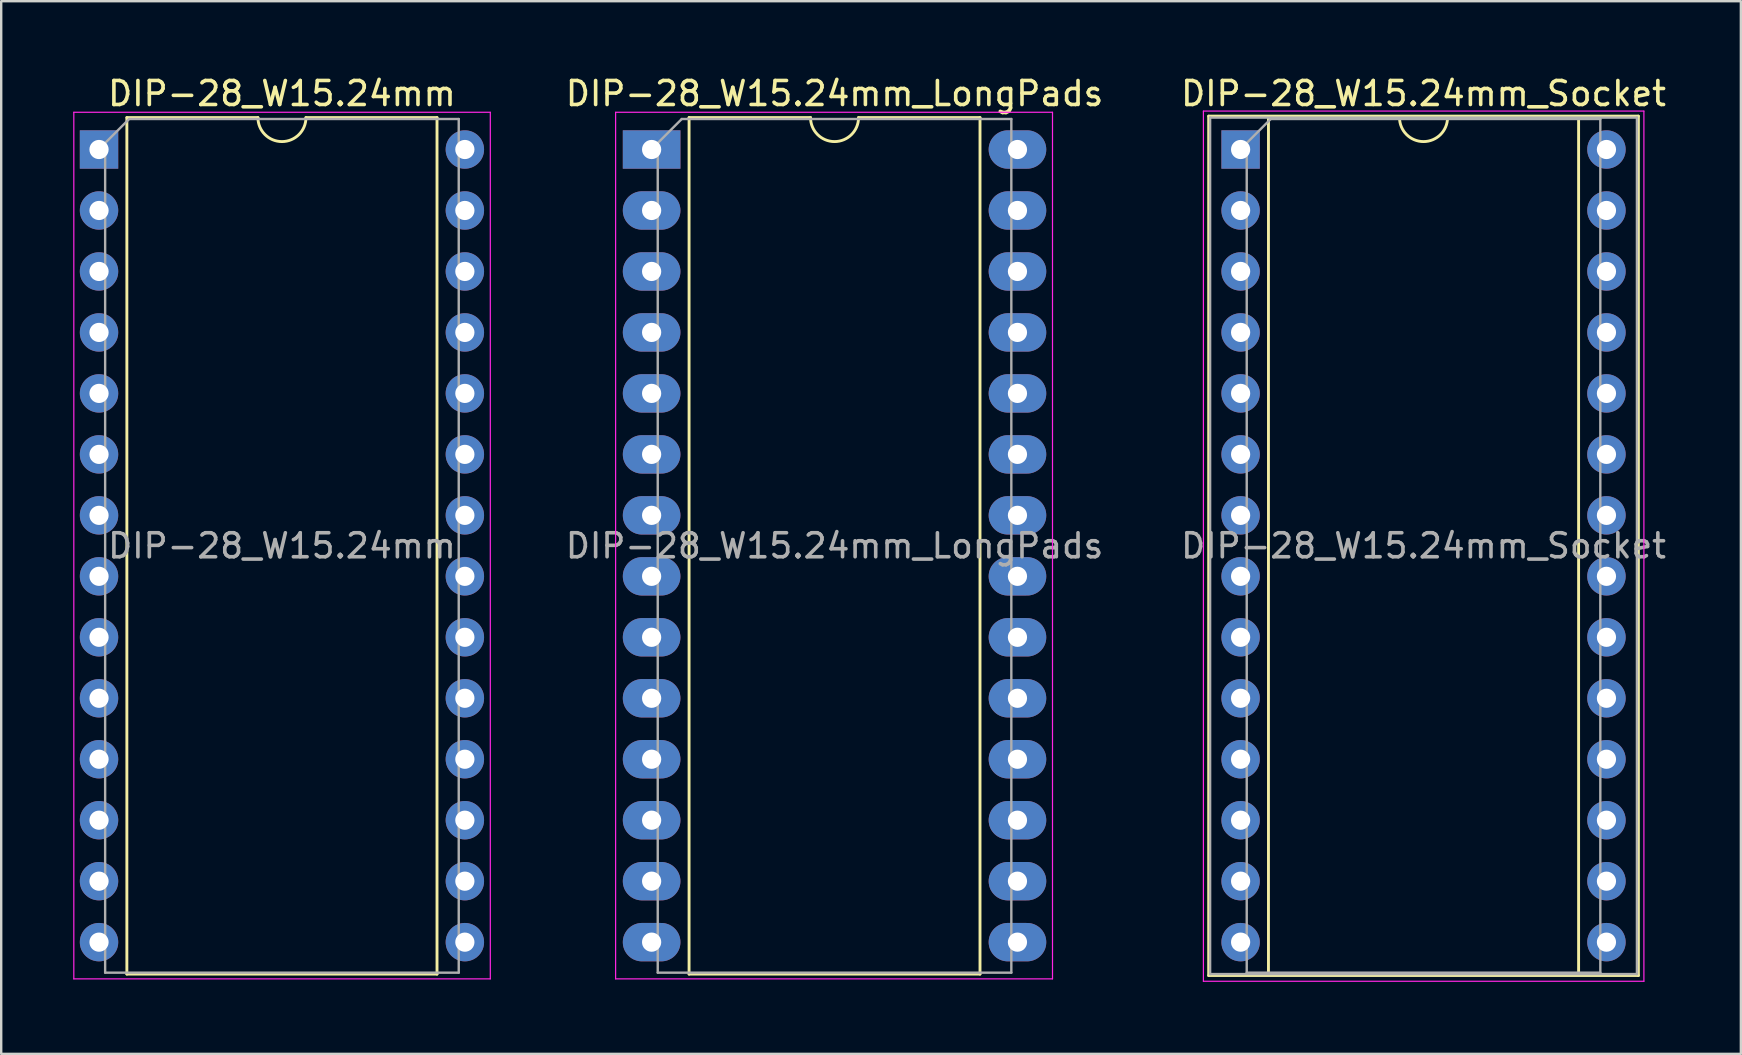
<source format=kicad_pcb>
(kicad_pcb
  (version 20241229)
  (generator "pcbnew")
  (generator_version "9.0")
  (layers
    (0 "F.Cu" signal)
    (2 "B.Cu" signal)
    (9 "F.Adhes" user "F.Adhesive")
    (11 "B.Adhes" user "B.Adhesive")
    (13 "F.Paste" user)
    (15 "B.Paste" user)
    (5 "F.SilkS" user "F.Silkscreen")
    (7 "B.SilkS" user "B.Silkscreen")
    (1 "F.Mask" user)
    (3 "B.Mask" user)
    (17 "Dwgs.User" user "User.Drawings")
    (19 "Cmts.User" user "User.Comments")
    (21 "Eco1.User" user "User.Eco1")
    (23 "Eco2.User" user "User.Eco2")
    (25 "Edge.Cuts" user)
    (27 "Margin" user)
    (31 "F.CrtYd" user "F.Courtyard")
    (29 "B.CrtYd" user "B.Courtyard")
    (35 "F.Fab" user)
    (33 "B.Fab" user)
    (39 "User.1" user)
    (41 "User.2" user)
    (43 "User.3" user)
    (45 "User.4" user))
  (footprint "DIP-28_W15.24mm_Socket"
    (layer "F.Cu")
    (at 48.631 3.178)
    (property "Reference" "DIP-28_W15.24mm_Socket" (at 7.62 -2.33 0) (layer "F.SilkS") (effects (font (size 1 1) (thickness 0.15))))
    (attr through_hole)
    (fp_line (start -1.33 -1.39) (end -1.33 34.41) (stroke (width 0.12) (type solid)) (layer "F.SilkS"))
    (fp_line (start -1.33 34.41) (end 16.57 34.41) (stroke (width 0.12) (type solid)) (layer "F.SilkS"))
    (fp_line (start 1.16 -1.33) (end 1.16 34.35) (stroke (width 0.12) (type solid)) (layer "F.SilkS"))
    (fp_line (start 1.16 34.35) (end 14.08 34.35) (stroke (width 0.12) (type solid)) (layer "F.SilkS"))
    (fp_line (start 6.62 -1.33) (end 1.16 -1.33) (stroke (width 0.12) (type solid)) (layer "F.SilkS"))
    (fp_line (start 14.08 -1.33) (end 8.62 -1.33) (stroke (width 0.12) (type solid)) (layer "F.SilkS"))
    (fp_line (start 14.08 34.35) (end 14.08 -1.33) (stroke (width 0.12) (type solid)) (layer "F.SilkS"))
    (fp_line (start 16.57 -1.39) (end -1.33 -1.39) (stroke (width 0.12) (type solid)) (layer "F.SilkS"))
    (fp_line (start 16.57 34.41) (end 16.57 -1.39) (stroke (width 0.12) (type solid)) (layer "F.SilkS"))
    (fp_arc (start 8.62 -1.33) (mid 7.62 -0.33) (end 6.62 -1.33) (stroke (width 0.12) (type solid)) (layer "F.SilkS"))
    (fp_line (start -1.55 -1.6) (end -1.55 34.65) (stroke (width 0.05) (type solid)) (layer "F.CrtYd"))
    (fp_line (start -1.55 34.65) (end 16.8 34.65) (stroke (width 0.05) (type solid)) (layer "F.CrtYd"))
    (fp_line (start 16.8 -1.6) (end -1.55 -1.6) (stroke (width 0.05) (type solid)) (layer "F.CrtYd"))
    (fp_line (start 16.8 34.65) (end 16.8 -1.6) (stroke (width 0.05) (type solid)) (layer "F.CrtYd"))
    (fp_line (start -1.27 -1.33) (end -1.27 34.35) (stroke (width 0.1) (type solid)) (layer "F.Fab"))
    (fp_line (start -1.27 34.35) (end 16.51 34.35) (stroke (width 0.1) (type solid)) (layer "F.Fab"))
    (fp_line (start 0.255 -0.27) (end 1.255 -1.27) (stroke (width 0.1) (type solid)) (layer "F.Fab"))
    (fp_line (start 0.255 34.29) (end 0.255 -0.27) (stroke (width 0.1) (type solid)) (layer "F.Fab"))
    (fp_line (start 1.255 -1.27) (end 14.985 -1.27) (stroke (width 0.1) (type solid)) (layer "F.Fab"))
    (fp_line (start 14.985 -1.27) (end 14.985 34.29) (stroke (width 0.1) (type solid)) (layer "F.Fab"))
    (fp_line (start 14.985 34.29) (end 0.255 34.29) (stroke (width 0.1) (type solid)) (layer "F.Fab"))
    (fp_line (start 16.51 -1.33) (end -1.27 -1.33) (stroke (width 0.1) (type solid)) (layer "F.Fab"))
    (fp_line (start 16.51 34.35) (end 16.51 -1.33) (stroke (width 0.1) (type solid)) (layer "F.Fab"))
    (fp_text user "${REFERENCE}" (at 7.62 16.51 0) (layer "F.Fab") (effects (font (size 1 1) (thickness 0.15))))
    (pad "1" thru_hole rect (at 0 0) (size 1.6 1.6) (drill 0.8) (layers "*.Cu" "*.Mask"))
    (pad "2" thru_hole oval (at 0 2.54) (size 1.6 1.6) (drill 0.8) (layers "*.Cu" "*.Mask"))
    (pad "3" thru_hole oval (at 0 5.08) (size 1.6 1.6) (drill 0.8) (layers "*.Cu" "*.Mask"))
    (pad "4" thru_hole oval (at 0 7.62) (size 1.6 1.6) (drill 0.8) (layers "*.Cu" "*.Mask"))
    (pad "5" thru_hole oval (at 0 10.16) (size 1.6 1.6) (drill 0.8) (layers "*.Cu" "*.Mask"))
    (pad "6" thru_hole oval (at 0 12.7) (size 1.6 1.6) (drill 0.8) (layers "*.Cu" "*.Mask"))
    (pad "7" thru_hole oval (at 0 15.24) (size 1.6 1.6) (drill 0.8) (layers "*.Cu" "*.Mask"))
    (pad "8" thru_hole oval (at 0 17.78) (size 1.6 1.6) (drill 0.8) (layers "*.Cu" "*.Mask"))
    (pad "9" thru_hole oval (at 0 20.32) (size 1.6 1.6) (drill 0.8) (layers "*.Cu" "*.Mask"))
    (pad "10" thru_hole oval (at 0 22.86) (size 1.6 1.6) (drill 0.8) (layers "*.Cu" "*.Mask"))
    (pad "11" thru_hole oval (at 0 25.4) (size 1.6 1.6) (drill 0.8) (layers "*.Cu" "*.Mask"))
    (pad "12" thru_hole oval (at 0 27.94) (size 1.6 1.6) (drill 0.8) (layers "*.Cu" "*.Mask"))
    (pad "13" thru_hole oval (at 0 30.48) (size 1.6 1.6) (drill 0.8) (layers "*.Cu" "*.Mask"))
    (pad "14" thru_hole oval (at 0 33.02) (size 1.6 1.6) (drill 0.8) (layers "*.Cu" "*.Mask"))
    (pad "15" thru_hole oval (at 15.24 33.02) (size 1.6 1.6) (drill 0.8) (layers "*.Cu" "*.Mask"))
    (pad "16" thru_hole oval (at 15.24 30.48) (size 1.6 1.6) (drill 0.8) (layers "*.Cu" "*.Mask"))
    (pad "17" thru_hole oval (at 15.24 27.94) (size 1.6 1.6) (drill 0.8) (layers "*.Cu" "*.Mask"))
    (pad "18" thru_hole oval (at 15.24 25.4) (size 1.6 1.6) (drill 0.8) (layers "*.Cu" "*.Mask"))
    (pad "19" thru_hole oval (at 15.24 22.86) (size 1.6 1.6) (drill 0.8) (layers "*.Cu" "*.Mask"))
    (pad "20" thru_hole oval (at 15.24 20.32) (size 1.6 1.6) (drill 0.8) (layers "*.Cu" "*.Mask"))
    (pad "21" thru_hole oval (at 15.24 17.78) (size 1.6 1.6) (drill 0.8) (layers "*.Cu" "*.Mask"))
    (pad "22" thru_hole oval (at 15.24 15.24) (size 1.6 1.6) (drill 0.8) (layers "*.Cu" "*.Mask"))
    (pad "23" thru_hole oval (at 15.24 12.7) (size 1.6 1.6) (drill 0.8) (layers "*.Cu" "*.Mask"))
    (pad "24" thru_hole oval (at 15.24 10.16) (size 1.6 1.6) (drill 0.8) (layers "*.Cu" "*.Mask"))
    (pad "25" thru_hole oval (at 15.24 7.62) (size 1.6 1.6) (drill 0.8) (layers "*.Cu" "*.Mask"))
    (pad "26" thru_hole oval (at 15.24 5.08) (size 1.6 1.6) (drill 0.8) (layers "*.Cu" "*.Mask"))
    (pad "27" thru_hole oval (at 15.24 2.54) (size 1.6 1.6) (drill 0.8) (layers "*.Cu" "*.Mask"))
    (pad "28" thru_hole oval (at 15.24 0) (size 1.6 1.6) (drill 0.8) (layers "*.Cu" "*.Mask")))
  (footprint "DIP-28_W15.24mm"
    (layer "F.Cu")
    (at 1.075 3.178)
    (property "Reference" "DIP-28_W15.24mm" (at 7.62 -2.33 0) (layer "F.SilkS") (effects (font (size 1 1) (thickness 0.15))))
    (attr through_hole)
    (fp_line (start 1.16 -1.33) (end 1.16 34.35) (stroke (width 0.12) (type solid)) (layer "F.SilkS"))
    (fp_line (start 1.16 34.35) (end 14.08 34.35) (stroke (width 0.12) (type solid)) (layer "F.SilkS"))
    (fp_line (start 6.62 -1.33) (end 1.16 -1.33) (stroke (width 0.12) (type solid)) (layer "F.SilkS"))
    (fp_line (start 14.08 -1.33) (end 8.62 -1.33) (stroke (width 0.12) (type solid)) (layer "F.SilkS"))
    (fp_line (start 14.08 34.35) (end 14.08 -1.33) (stroke (width 0.12) (type solid)) (layer "F.SilkS"))
    (fp_arc (start 8.62 -1.33) (mid 7.62 -0.33) (end 6.62 -1.33) (stroke (width 0.12) (type solid)) (layer "F.SilkS"))
    (fp_line (start -1.05 -1.55) (end -1.05 34.55) (stroke (width 0.05) (type solid)) (layer "F.CrtYd"))
    (fp_line (start -1.05 34.55) (end 16.3 34.55) (stroke (width 0.05) (type solid)) (layer "F.CrtYd"))
    (fp_line (start 16.3 -1.55) (end -1.05 -1.55) (stroke (width 0.05) (type solid)) (layer "F.CrtYd"))
    (fp_line (start 16.3 34.55) (end 16.3 -1.55) (stroke (width 0.05) (type solid)) (layer "F.CrtYd"))
    (fp_line (start 0.255 -0.27) (end 1.255 -1.27) (stroke (width 0.1) (type solid)) (layer "F.Fab"))
    (fp_line (start 0.255 34.29) (end 0.255 -0.27) (stroke (width 0.1) (type solid)) (layer "F.Fab"))
    (fp_line (start 1.255 -1.27) (end 14.985 -1.27) (stroke (width 0.1) (type solid)) (layer "F.Fab"))
    (fp_line (start 14.985 -1.27) (end 14.985 34.29) (stroke (width 0.1) (type solid)) (layer "F.Fab"))
    (fp_line (start 14.985 34.29) (end 0.255 34.29) (stroke (width 0.1) (type solid)) (layer "F.Fab"))
    (fp_text user "${REFERENCE}" (at 7.62 16.51 0) (layer "F.Fab") (effects (font (size 1 1) (thickness 0.15))))
    (pad "1" thru_hole rect (at 0 0) (size 1.6 1.6) (drill 0.8) (layers "*.Cu" "*.Mask"))
    (pad "2" thru_hole oval (at 0 2.54) (size 1.6 1.6) (drill 0.8) (layers "*.Cu" "*.Mask"))
    (pad "3" thru_hole oval (at 0 5.08) (size 1.6 1.6) (drill 0.8) (layers "*.Cu" "*.Mask"))
    (pad "4" thru_hole oval (at 0 7.62) (size 1.6 1.6) (drill 0.8) (layers "*.Cu" "*.Mask"))
    (pad "5" thru_hole oval (at 0 10.16) (size 1.6 1.6) (drill 0.8) (layers "*.Cu" "*.Mask"))
    (pad "6" thru_hole oval (at 0 12.7) (size 1.6 1.6) (drill 0.8) (layers "*.Cu" "*.Mask"))
    (pad "7" thru_hole oval (at 0 15.24) (size 1.6 1.6) (drill 0.8) (layers "*.Cu" "*.Mask"))
    (pad "8" thru_hole oval (at 0 17.78) (size 1.6 1.6) (drill 0.8) (layers "*.Cu" "*.Mask"))
    (pad "9" thru_hole oval (at 0 20.32) (size 1.6 1.6) (drill 0.8) (layers "*.Cu" "*.Mask"))
    (pad "10" thru_hole oval (at 0 22.86) (size 1.6 1.6) (drill 0.8) (layers "*.Cu" "*.Mask"))
    (pad "11" thru_hole oval (at 0 25.4) (size 1.6 1.6) (drill 0.8) (layers "*.Cu" "*.Mask"))
    (pad "12" thru_hole oval (at 0 27.94) (size 1.6 1.6) (drill 0.8) (layers "*.Cu" "*.Mask"))
    (pad "13" thru_hole oval (at 0 30.48) (size 1.6 1.6) (drill 0.8) (layers "*.Cu" "*.Mask"))
    (pad "14" thru_hole oval (at 0 33.02) (size 1.6 1.6) (drill 0.8) (layers "*.Cu" "*.Mask"))
    (pad "15" thru_hole oval (at 15.24 33.02) (size 1.6 1.6) (drill 0.8) (layers "*.Cu" "*.Mask"))
    (pad "16" thru_hole oval (at 15.24 30.48) (size 1.6 1.6) (drill 0.8) (layers "*.Cu" "*.Mask"))
    (pad "17" thru_hole oval (at 15.24 27.94) (size 1.6 1.6) (drill 0.8) (layers "*.Cu" "*.Mask"))
    (pad "18" thru_hole oval (at 15.24 25.4) (size 1.6 1.6) (drill 0.8) (layers "*.Cu" "*.Mask"))
    (pad "19" thru_hole oval (at 15.24 22.86) (size 1.6 1.6) (drill 0.8) (layers "*.Cu" "*.Mask"))
    (pad "20" thru_hole oval (at 15.24 20.32) (size 1.6 1.6) (drill 0.8) (layers "*.Cu" "*.Mask"))
    (pad "21" thru_hole oval (at 15.24 17.78) (size 1.6 1.6) (drill 0.8) (layers "*.Cu" "*.Mask"))
    (pad "22" thru_hole oval (at 15.24 15.24) (size 1.6 1.6) (drill 0.8) (layers "*.Cu" "*.Mask"))
    (pad "23" thru_hole oval (at 15.24 12.7) (size 1.6 1.6) (drill 0.8) (layers "*.Cu" "*.Mask"))
    (pad "24" thru_hole oval (at 15.24 10.16) (size 1.6 1.6) (drill 0.8) (layers "*.Cu" "*.Mask"))
    (pad "25" thru_hole oval (at 15.24 7.62) (size 1.6 1.6) (drill 0.8) (layers "*.Cu" "*.Mask"))
    (pad "26" thru_hole oval (at 15.24 5.08) (size 1.6 1.6) (drill 0.8) (layers "*.Cu" "*.Mask"))
    (pad "27" thru_hole oval (at 15.24 2.54) (size 1.6 1.6) (drill 0.8) (layers "*.Cu" "*.Mask"))
    (pad "28" thru_hole oval (at 15.24 0) (size 1.6 1.6) (drill 0.8) (layers "*.Cu" "*.Mask")))
  (footprint "DIP-28_W15.24mm_LongPads"
    (layer "F.Cu")
    (at 24.095 3.178)
    (property "Reference" "DIP-28_W15.24mm_LongPads" (at 7.62 -2.33 0) (layer "F.SilkS") (effects (font (size 1 1) (thickness 0.15))))
    (attr through_hole)
    (fp_line (start 1.56 -1.33) (end 1.56 34.35) (stroke (width 0.12) (type solid)) (layer "F.SilkS"))
    (fp_line (start 1.56 34.35) (end 13.68 34.35) (stroke (width 0.12) (type solid)) (layer "F.SilkS"))
    (fp_line (start 6.62 -1.33) (end 1.56 -1.33) (stroke (width 0.12) (type solid)) (layer "F.SilkS"))
    (fp_line (start 13.68 -1.33) (end 8.62 -1.33) (stroke (width 0.12) (type solid)) (layer "F.SilkS"))
    (fp_line (start 13.68 34.35) (end 13.68 -1.33) (stroke (width 0.12) (type solid)) (layer "F.SilkS"))
    (fp_arc (start 8.62 -1.33) (mid 7.62 -0.33) (end 6.62 -1.33) (stroke (width 0.12) (type solid)) (layer "F.SilkS"))
    (fp_line (start -1.5 -1.55) (end -1.5 34.55) (stroke (width 0.05) (type solid)) (layer "F.CrtYd"))
    (fp_line (start -1.5 34.55) (end 16.7 34.55) (stroke (width 0.05) (type solid)) (layer "F.CrtYd"))
    (fp_line (start 16.7 -1.55) (end -1.5 -1.55) (stroke (width 0.05) (type solid)) (layer "F.CrtYd"))
    (fp_line (start 16.7 34.55) (end 16.7 -1.55) (stroke (width 0.05) (type solid)) (layer "F.CrtYd"))
    (fp_line (start 0.255 -0.27) (end 1.255 -1.27) (stroke (width 0.1) (type solid)) (layer "F.Fab"))
    (fp_line (start 0.255 34.29) (end 0.255 -0.27) (stroke (width 0.1) (type solid)) (layer "F.Fab"))
    (fp_line (start 1.255 -1.27) (end 14.985 -1.27) (stroke (width 0.1) (type solid)) (layer "F.Fab"))
    (fp_line (start 14.985 -1.27) (end 14.985 34.29) (stroke (width 0.1) (type solid)) (layer "F.Fab"))
    (fp_line (start 14.985 34.29) (end 0.255 34.29) (stroke (width 0.1) (type solid)) (layer "F.Fab"))
    (fp_text user "${REFERENCE}" (at 7.62 16.51 0) (layer "F.Fab") (effects (font (size 1 1) (thickness 0.15))))
    (pad "1" thru_hole rect (at 0 0) (size 2.4 1.6) (drill 0.8) (layers "*.Cu" "*.Mask"))
    (pad "2" thru_hole oval (at 0 2.54) (size 2.4 1.6) (drill 0.8) (layers "*.Cu" "*.Mask"))
    (pad "3" thru_hole oval (at 0 5.08) (size 2.4 1.6) (drill 0.8) (layers "*.Cu" "*.Mask"))
    (pad "4" thru_hole oval (at 0 7.62) (size 2.4 1.6) (drill 0.8) (layers "*.Cu" "*.Mask"))
    (pad "5" thru_hole oval (at 0 10.16) (size 2.4 1.6) (drill 0.8) (layers "*.Cu" "*.Mask"))
    (pad "6" thru_hole oval (at 0 12.7) (size 2.4 1.6) (drill 0.8) (layers "*.Cu" "*.Mask"))
    (pad "7" thru_hole oval (at 0 15.24) (size 2.4 1.6) (drill 0.8) (layers "*.Cu" "*.Mask"))
    (pad "8" thru_hole oval (at 0 17.78) (size 2.4 1.6) (drill 0.8) (layers "*.Cu" "*.Mask"))
    (pad "9" thru_hole oval (at 0 20.32) (size 2.4 1.6) (drill 0.8) (layers "*.Cu" "*.Mask"))
    (pad "10" thru_hole oval (at 0 22.86) (size 2.4 1.6) (drill 0.8) (layers "*.Cu" "*.Mask"))
    (pad "11" thru_hole oval (at 0 25.4) (size 2.4 1.6) (drill 0.8) (layers "*.Cu" "*.Mask"))
    (pad "12" thru_hole oval (at 0 27.94) (size 2.4 1.6) (drill 0.8) (layers "*.Cu" "*.Mask"))
    (pad "13" thru_hole oval (at 0 30.48) (size 2.4 1.6) (drill 0.8) (layers "*.Cu" "*.Mask"))
    (pad "14" thru_hole oval (at 0 33.02) (size 2.4 1.6) (drill 0.8) (layers "*.Cu" "*.Mask"))
    (pad "15" thru_hole oval (at 15.24 33.02) (size 2.4 1.6) (drill 0.8) (layers "*.Cu" "*.Mask"))
    (pad "16" thru_hole oval (at 15.24 30.48) (size 2.4 1.6) (drill 0.8) (layers "*.Cu" "*.Mask"))
    (pad "17" thru_hole oval (at 15.24 27.94) (size 2.4 1.6) (drill 0.8) (layers "*.Cu" "*.Mask"))
    (pad "18" thru_hole oval (at 15.24 25.4) (size 2.4 1.6) (drill 0.8) (layers "*.Cu" "*.Mask"))
    (pad "19" thru_hole oval (at 15.24 22.86) (size 2.4 1.6) (drill 0.8) (layers "*.Cu" "*.Mask"))
    (pad "20" thru_hole oval (at 15.24 20.32) (size 2.4 1.6) (drill 0.8) (layers "*.Cu" "*.Mask"))
    (pad "21" thru_hole oval (at 15.24 17.78) (size 2.4 1.6) (drill 0.8) (layers "*.Cu" "*.Mask"))
    (pad "22" thru_hole oval (at 15.24 15.24) (size 2.4 1.6) (drill 0.8) (layers "*.Cu" "*.Mask"))
    (pad "23" thru_hole oval (at 15.24 12.7) (size 2.4 1.6) (drill 0.8) (layers "*.Cu" "*.Mask"))
    (pad "24" thru_hole oval (at 15.24 10.16) (size 2.4 1.6) (drill 0.8) (layers "*.Cu" "*.Mask"))
    (pad "25" thru_hole oval (at 15.24 7.62) (size 2.4 1.6) (drill 0.8) (layers "*.Cu" "*.Mask"))
    (pad "26" thru_hole oval (at 15.24 5.08) (size 2.4 1.6) (drill 0.8) (layers "*.Cu" "*.Mask"))
    (pad "27" thru_hole oval (at 15.24 2.54) (size 2.4 1.6) (drill 0.8) (layers "*.Cu" "*.Mask"))
    (pad "28" thru_hole oval (at 15.24 0) (size 2.4 1.6) (drill 0.8) (layers "*.Cu" "*.Mask")))
  (gr_rect
    (start -3 -3)
    (end 69.471 40.853)
    (stroke (width 0.1) (type default))
    (fill no)
    (layer "Edge.Cuts")))
</source>
